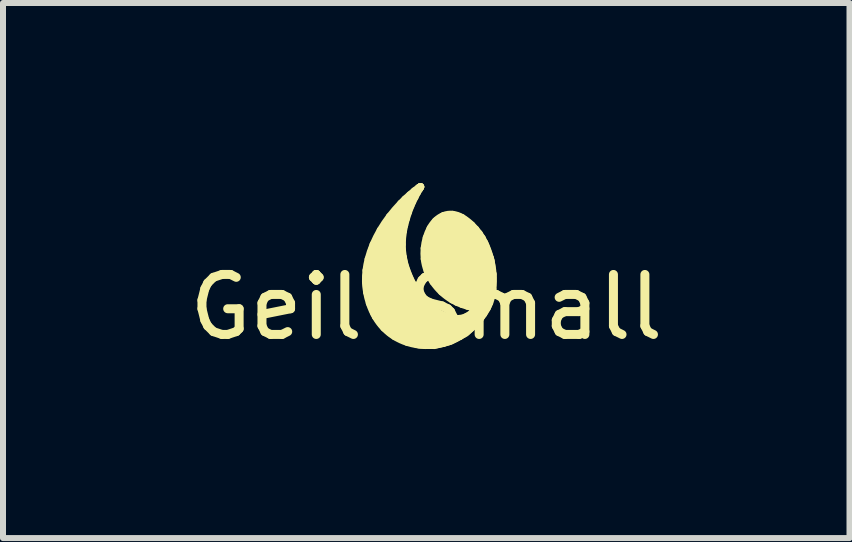
<source format=kicad_pcb>
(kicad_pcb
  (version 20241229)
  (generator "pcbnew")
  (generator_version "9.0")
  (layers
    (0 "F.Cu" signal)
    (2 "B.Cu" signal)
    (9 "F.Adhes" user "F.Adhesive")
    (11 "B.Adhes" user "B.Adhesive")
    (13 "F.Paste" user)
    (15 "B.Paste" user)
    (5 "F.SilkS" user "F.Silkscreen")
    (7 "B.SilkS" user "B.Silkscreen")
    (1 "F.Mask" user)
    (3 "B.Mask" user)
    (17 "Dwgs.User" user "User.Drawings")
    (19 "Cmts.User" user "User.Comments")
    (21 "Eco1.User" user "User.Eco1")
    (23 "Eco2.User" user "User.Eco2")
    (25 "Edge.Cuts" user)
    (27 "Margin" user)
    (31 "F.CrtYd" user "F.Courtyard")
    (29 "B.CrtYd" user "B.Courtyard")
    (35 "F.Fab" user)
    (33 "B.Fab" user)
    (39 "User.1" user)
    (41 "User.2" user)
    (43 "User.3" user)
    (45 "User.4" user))
  (footprint "Geil Small"
    (layer "F.Cu")
    (at 4.054 1.569)
    (property "Reference" "Geil Small" (at 0 0.5 0) (layer "F.SilkS") (effects (font (size 1 1) (thickness 0.15))))
    (attr through_hole)
    (fp_line (start -0.385 -0.766) (end -0.364 -0.867) (stroke (width 0.125) (type solid)) (layer "F.SilkS"))
    (fp_line (start -0.364 -0.867) (end -0.335 -0.975) (stroke (width 0.125) (type solid)) (layer "F.SilkS"))
    (fp_line (start -0.351 -1.299) (end -0.422 -1.228) (stroke (width 0.125) (type solid)) (layer "F.SilkS"))
    (fp_line (start -0.335 -0.975) (end -0.3 -1.084) (stroke (width 0.125) (type solid)) (layer "F.SilkS"))
    (fp_line (start -0.3 -1.084) (end -0.26 -1.189) (stroke (width 0.125) (type solid)) (layer "F.SilkS"))
    (fp_line (start -0.272 -1.37) (end -0.351 -1.299) (stroke (width 0.125) (type solid)) (layer "F.SilkS"))
    (fp_line (start -0.26 -1.189) (end -0.231 -1.255) (stroke (width 0.125) (type solid)) (layer "F.SilkS"))
    (fp_line (start -0.231 -1.255) (end -0.192 -1.333) (stroke (width 0.125) (type solid)) (layer "F.SilkS"))
    (fp_line (start -0.196 -1.435) (end -0.272 -1.37) (stroke (width 0.125) (type solid)) (layer "F.SilkS"))
    (fp_line (start -0.192 -1.333) (end -0.153 -1.408) (stroke (width 0.125) (type solid)) (layer "F.SilkS"))
    (fp_line (start -0.153 -1.408) (end -0.123 -1.46) (stroke (width 0.125) (type solid)) (layer "F.SilkS"))
    (fp_line (start -0.13 -1.485) (end -0.196 -1.435) (stroke (width 0.125) (type solid)) (layer "F.SilkS"))
    (fp_line (start -0.123 -1.46) (end -0.112 -1.477) (stroke (width 0.125) (type solid)) (layer "F.SilkS"))
    (fp_line (start -0.118 -1.493) (end -0.13 -1.485) (stroke (width 0.125) (type solid)) (layer "F.SilkS"))
    (fp_line (start -0.112 -1.477) (end -0.103 -1.492) (stroke (width 0.125) (type solid)) (layer "F.SilkS"))
    (fp_line (start -0.107 -1.5) (end -0.118 -1.493) (stroke (width 0.125) (type solid)) (layer "F.SilkS"))
    (fp_line (start -0.103 -1.492) (end -0.096 -1.505) (stroke (width 0.125) (type solid)) (layer "F.SilkS"))
    (fp_line (start -0.097 -1.506) (end -0.107 -1.5) (stroke (width 0.125) (type solid)) (layer "F.SilkS"))
    (fp_line (start 0.511 0.416) (end 0.599 0.452) (stroke (width 0.125) (type solid)) (layer "F.SilkS"))
    (fp_line (start 0.599 0.452) (end 0.689 0.481) (stroke (width 0.125) (type solid)) (layer "F.SilkS"))
    (fp_line (start 0.775 0.5) (end 0.793 0.504) (stroke (width 0.125) (type solid)) (layer "F.SilkS"))
    (fp_line (start 0.793 0.504) (end 0.809 0.507) (stroke (width 0.125) (type solid)) (layer "F.SilkS"))
    (fp_line (start 0.799 0.552) (end 0.783 0.572) (stroke (width 0.125) (type solid)) (layer "F.SilkS"))
    (fp_line (start 0.804 0.792) (end 0.885 0.703) (stroke (width 0.125) (type solid)) (layer "F.SilkS"))
    (fp_line (start 0.809 0.507) (end 0.823 0.509) (stroke (width 0.125) (type solid)) (layer "F.SilkS"))
    (fp_line (start 0.813 0.532) (end 0.799 0.552) (stroke (width 0.125) (type solid)) (layer "F.SilkS"))
    (fp_line (start 0.822 -0.796) (end 0.755 -0.867) (stroke (width 0.125) (type solid)) (layer "F.SilkS"))
    (fp_line (start 0.825 0.514) (end 0.813 0.532) (stroke (width 0.125) (type solid)) (layer "F.SilkS"))
    (fp_arc (start -1.009133 0.070735) (mid -1.008225 -0.021274) (end -1.000508 -0.112964) (stroke (width 0.125) (type solid)) (layer "F.SilkS"))
    (fp_arc (start -1.000508 -0.112964) (mid -0.98585 -0.207225) (end -0.964959 -0.300303) (stroke (width 0.125) (type solid)) (layer "F.SilkS"))
    (fp_arc (start -0.990568 0.252143) (mid -1.003244 0.161786) (end -1.009133 0.070735) (stroke (width 0.125) (type solid)) (layer "F.SilkS"))
    (fp_arc (start -0.96496 -0.300303) (mid -0.928216 -0.423279) (end -0.882644 -0.543265) (stroke (width 0.125) (type solid)) (layer "F.SilkS"))
    (fp_arc (start -0.945032 0.432647) (mid -0.970975 0.343196) (end -0.990568 0.252143) (stroke (width 0.125) (type solid)) (layer "F.SilkS"))
    (fp_arc (start -0.882644 -0.543265) (mid -0.826945 -0.664111) (end -0.763493 -0.781072) (stroke (width 0.125) (type solid)) (layer "F.SilkS"))
    (fp_arc (start -0.843872 0.658554) (mid -0.900306 0.548222) (end -0.945032 0.432647) (stroke (width 0.125) (type solid)) (layer "F.SilkS"))
    (fp_arc (start -0.763494 -0.781072) (mid -0.689932 -0.898149) (end -0.609184 -1.01039) (stroke (width 0.125) (type solid)) (layer "F.SilkS"))
    (fp_arc (start -0.702835 0.845299) (mid -0.779069 0.756244) (end -0.843872 0.658555) (stroke (width 0.125) (type solid)) (layer "F.SilkS"))
    (fp_arc (start -0.609184 -1.01039) (mid -0.518551 -1.121805) (end -0.421833 -1.227981) (stroke (width 0.125) (type solid)) (layer "F.SilkS"))
    (fp_arc (start -0.524788 0.98801) (mid -0.618313 0.92227) (end -0.702835 0.845299) (stroke (width 0.125) (type solid)) (layer "F.SilkS"))
    (fp_arc (start -0.403795 -0.545356) (mid -0.398567 -0.655905) (end -0.384662 -0.7657) (stroke (width 0.125) (type solid)) (layer "F.SilkS"))
    (fp_arc (start -0.386556 -0.334086) (mid -0.399897 -0.439336) (end -0.403795 -0.545356) (stroke (width 0.125) (type solid)) (layer "F.SilkS"))
    (fp_arc (start -0.33094 -0.121948) (mid -0.363294 -0.226825) (end -0.386556 -0.334086) (stroke (width 0.125) (type solid)) (layer "F.SilkS"))
    (fp_arc (start -0.314455 1.084102) (mid -0.422536 1.042434) (end -0.524789 0.98801) (stroke (width 0.125) (type solid)) (layer "F.SilkS"))
    (fp_arc (start -0.235201 0.101149) (mid -0.286603 -0.008884) (end -0.33094 -0.121948) (stroke (width 0.125) (type solid)) (layer "F.SilkS"))
    (fp_arc (start -0.134712 0.272032) (mid -0.187645 0.188171) (end -0.235201 0.101149) (stroke (width 0.125) (type solid)) (layer "F.SilkS"))
    (fp_arc (start -0.097355 -1.506138) (mid -0.096756 -1.506271) (end -0.096204 -1.506004) (stroke (width 0.125) (type solid)) (layer "F.SilkS"))
    (fp_arc (start -0.096204 -1.506004) (mid -0.095924 -1.505437) (end -0.096046 -1.504817) (stroke (width 0.125) (type solid)) (layer "F.SilkS"))
    (fp_arc (start -0.03102 -0.480858) (mid -0.018285 -0.569471) (end 0.002995 -0.656429) (stroke (width 0.125) (type solid)) (layer "F.SilkS"))
    (fp_arc (start -0.029814 -0.304252) (mid -0.034877 -0.392525) (end -0.031019 -0.480858) (stroke (width 0.125) (type solid)) (layer "F.SilkS"))
    (fp_arc (start -0.019702 0.416553) (mid -0.080015 0.346527) (end -0.134712 0.272032) (stroke (width 0.125) (type solid)) (layer "F.SilkS"))
    (fp_arc (start -0.016124 1.135161) (mid -0.167052 1.119933) (end -0.314454 1.084102) (stroke (width 0.125) (type solid)) (layer "F.SilkS"))
    (fp_arc (start 0.002995 -0.656429) (mid 0.031352 -0.736706) (end 0.067725 -0.813684) (stroke (width 0.125) (type solid)) (layer "F.SilkS"))
    (fp_arc (start 0.017977 -0.108698) (mid -0.012378 -0.204896) (end -0.029814 -0.304252) (stroke (width 0.125) (type solid)) (layer "F.SilkS"))
    (fp_arc (start 0.067725 -0.813684) (mid 0.108342 -0.877937) (end 0.157686 -0.935758) (stroke (width 0.125) (type solid)) (layer "F.SilkS"))
    (fp_arc (start 0.108778 0.533367) (mid 0.042111 0.477629) (end -0.019702 0.416552) (stroke (width 0.125) (type solid)) (layer "F.SilkS"))
    (fp_arc (start 0.116757 0.078697) (mid 0.062044 -0.012195) (end 0.017977 -0.108698) (stroke (width 0.125) (type solid)) (layer "F.SilkS"))
    (fp_arc (start 0.157686 -0.935758) (mid 0.219206 -0.9865) (end 0.289826 -1.023545) (stroke (width 0.125) (type solid)) (layer "F.SilkS"))
    (fp_arc (start 0.249482 0.621574) (mid 0.177037 0.58081) (end 0.108778 0.533368) (stroke (width 0.125) (type solid)) (layer "F.SilkS"))
    (fp_arc (start 0.258669 0.244227) (mid 0.183151 0.165373) (end 0.116757 0.078697) (stroke (width 0.125) (type solid)) (layer "F.SilkS"))
    (fp_arc (start 0.280637 1.101832) (mid 0.133453 1.129158) (end -0.016125 1.135161) (stroke (width 0.125) (type solid)) (layer "F.SilkS"))
    (fp_arc (start 0.289826 -1.023545) (mid 0.362411 -1.042559) (end 0.437442 -1.043229) (stroke (width 0.125) (type solid)) (layer "F.SilkS"))
    (fp_arc (start 0.408578 0.680634) (mid 0.327409 0.655469) (end 0.249482 0.621573) (stroke (width 0.125) (type solid)) (layer "F.SilkS"))
    (fp_arc (start 0.43367 0.375253) (mid 0.342588 0.314525) (end 0.25867 0.244227) (stroke (width 0.125) (type solid)) (layer "F.SilkS"))
    (fp_arc (start 0.437442 -1.043229) (mid 0.518932 -1.024997) (end 0.594802 -0.990116) (stroke (width 0.125) (type solid)) (layer "F.SilkS"))
    (fp_arc (start 0.511006 0.415739) (mid 0.47182 0.396485) (end 0.43367 0.375253) (stroke (width 0.125) (type solid)) (layer "F.SilkS"))
    (fp_arc (start 0.554335 0.691769) (mid 0.480983 0.692395) (end 0.408577 0.680634) (stroke (width 0.125) (type solid)) (layer "F.SilkS"))
    (fp_arc (start 0.559218 0.985098) (mid 0.424064 1.053337) (end 0.280637 1.101831) (stroke (width 0.125) (type solid)) (layer "F.SilkS"))
    (fp_arc (start 0.594802 -0.990116) (mid 0.678368 -0.933371) (end 0.754516 -0.867003) (stroke (width 0.125) (type solid)) (layer "F.SilkS"))
    (fp_arc (start 0.680613 0.654307) (mid 0.619307 0.679216) (end 0.554335 0.691769) (stroke (width 0.125) (type solid)) (layer "F.SilkS"))
    (fp_arc (start 0.774631 0.500344) (mid 0.7317 0.491825) (end 0.689257 0.481135) (stroke (width 0.125) (type solid)) (layer "F.SilkS"))
    (fp_arc (start 0.783288 0.571611) (mid 0.735986 0.617969) (end 0.680614 0.654307) (stroke (width 0.125) (type solid)) (layer "F.SilkS"))
    (fp_arc (start 0.804277 0.792126) (mid 0.687966 0.896509) (end 0.559218 0.985098) (stroke (width 0.125) (type solid)) (layer "F.SilkS"))
    (fp_arc (start 0.821843 -0.795739) (mid 0.85129 -0.76062) (end 0.879129 -0.724214) (stroke (width 0.125) (type solid)) (layer "F.SilkS"))
    (fp_arc (start 0.822695 0.509233) (mid 0.823513 0.509491) (end 0.824254 0.509923) (stroke (width 0.125) (type solid)) (layer "F.SilkS"))
    (fp_arc (start 0.824253 0.509924) (mid 0.825302 0.511598) (end 0.824937 0.51354) (stroke (width 0.125) (type solid)) (layer "F.SilkS"))
    (fp_arc (start 0.879129 -0.724214) (mid 0.904377 -0.687856) (end 0.927898 -0.650358) (stroke (width 0.125) (type solid)) (layer "F.SilkS"))
    (fp_arc (start 0.927898 -0.650358) (mid 0.949693 -0.611725) (end 0.969671 -0.572121) (stroke (width 0.125) (type solid)) (layer "F.SilkS"))
    (fp_arc (start 0.954318 0.610325) (mid 0.920736 0.657275) (end 0.88497 0.702584) (stroke (width 0.125) (type solid)) (layer "F.SilkS"))
    (fp_arc (start 0.969671 -0.572122) (mid 1.022049 -0.44775) (end 1.062936 -0.319142) (stroke (width 0.125) (type solid)) (layer "F.SilkS"))
    (fp_arc (start 1.010746 0.517666) (mid 0.983696 0.564704) (end 0.954318 0.610325) (stroke (width 0.125) (type solid)) (layer "F.SilkS"))
    (fp_arc (start 1.05264 0.426936) (mid 1.033149 0.472974) (end 1.010746 0.517667) (stroke (width 0.125) (type solid)) (layer "F.SilkS"))
    (fp_arc (start 1.062936 -0.319141) (mid 1.092169 -0.186885) (end 1.109425 -0.052541) (stroke (width 0.125) (type solid)) (layer "F.SilkS"))
    (fp_arc (start 1.106493 0.204027) (mid 1.086896 0.317252) (end 1.05264 0.426935) (stroke (width 0.125) (type solid)) (layer "F.SilkS"))
    (fp_arc (start 1.109425 -0.052541) (mid 1.114011 0.075813) (end 1.106493 0.204028) (stroke (width 0.125) (type solid)) (layer "F.SilkS"))
    (fp_poly (pts (xy -0.165 -1.384) (xy -0.246 -1.219) (xy -0.323 -1.013) (xy -0.386 -0.765) (xy -0.406 -0.526) (xy -0.386 -0.361) (xy -0.335 -0.142) (xy -0.234 0.089) (xy -0.14 0.262) (xy -0.048 0.399) (xy 0.122 0.556) (xy 0.277 0.643) (xy 0.427 0.686) (xy 0.599 0.683) (xy 0.729 0.63) (xy 0.81 0.538) (xy 0.803 0.511) (xy 0.676 0.475) (xy 0.554 0.434) (xy 0.368 0.33) (xy 0.224 0.201) (xy 0.127 0.081) (xy 0.046 -0.03) (xy -0.013 -0.226) (xy -0.033 -0.46) (xy -0.005 -0.635) (xy 0.053 -0.795) (xy 0.13 -0.909) (xy 0.201 -0.978) (xy 0.284 -1.029) (xy 0.386 -1.041) (xy 0.465 -1.039) (xy 0.549 -1.019) (xy 0.635 -0.97) (xy 0.767 -0.859) (xy 0.881 -0.729) (xy 0.996 -0.538) (xy 1.09 -0.277) (xy 1.12 -0.018) (xy 1.102 0.264) (xy 1.034 0.493) (xy 0.879 0.742) (xy 0.665 0.94) (xy 0.404 1.079) (xy 0.135 1.148) (xy -0.124 1.138) (xy -0.371 1.062) (xy -0.602 0.942) (xy -0.759 0.787) (xy -0.881 0.61) (xy -0.98 0.312) (xy -1.016 0.097) (xy -0.998 -0.152) (xy -0.912 -0.48) (xy -0.763 -0.781) (xy -0.609 -1.01) (xy -0.351 -1.299) (xy -0.112 -1.477)) (stroke (width 0.1) (type solid)) (fill yes) (layer "F.SilkS")))
  (gr_rect
    (start -3 -3)
    (end 11.107 5.917)
    (stroke (width 0.1) (type default))
    (fill no)
    (layer "Edge.Cuts")))
</source>
